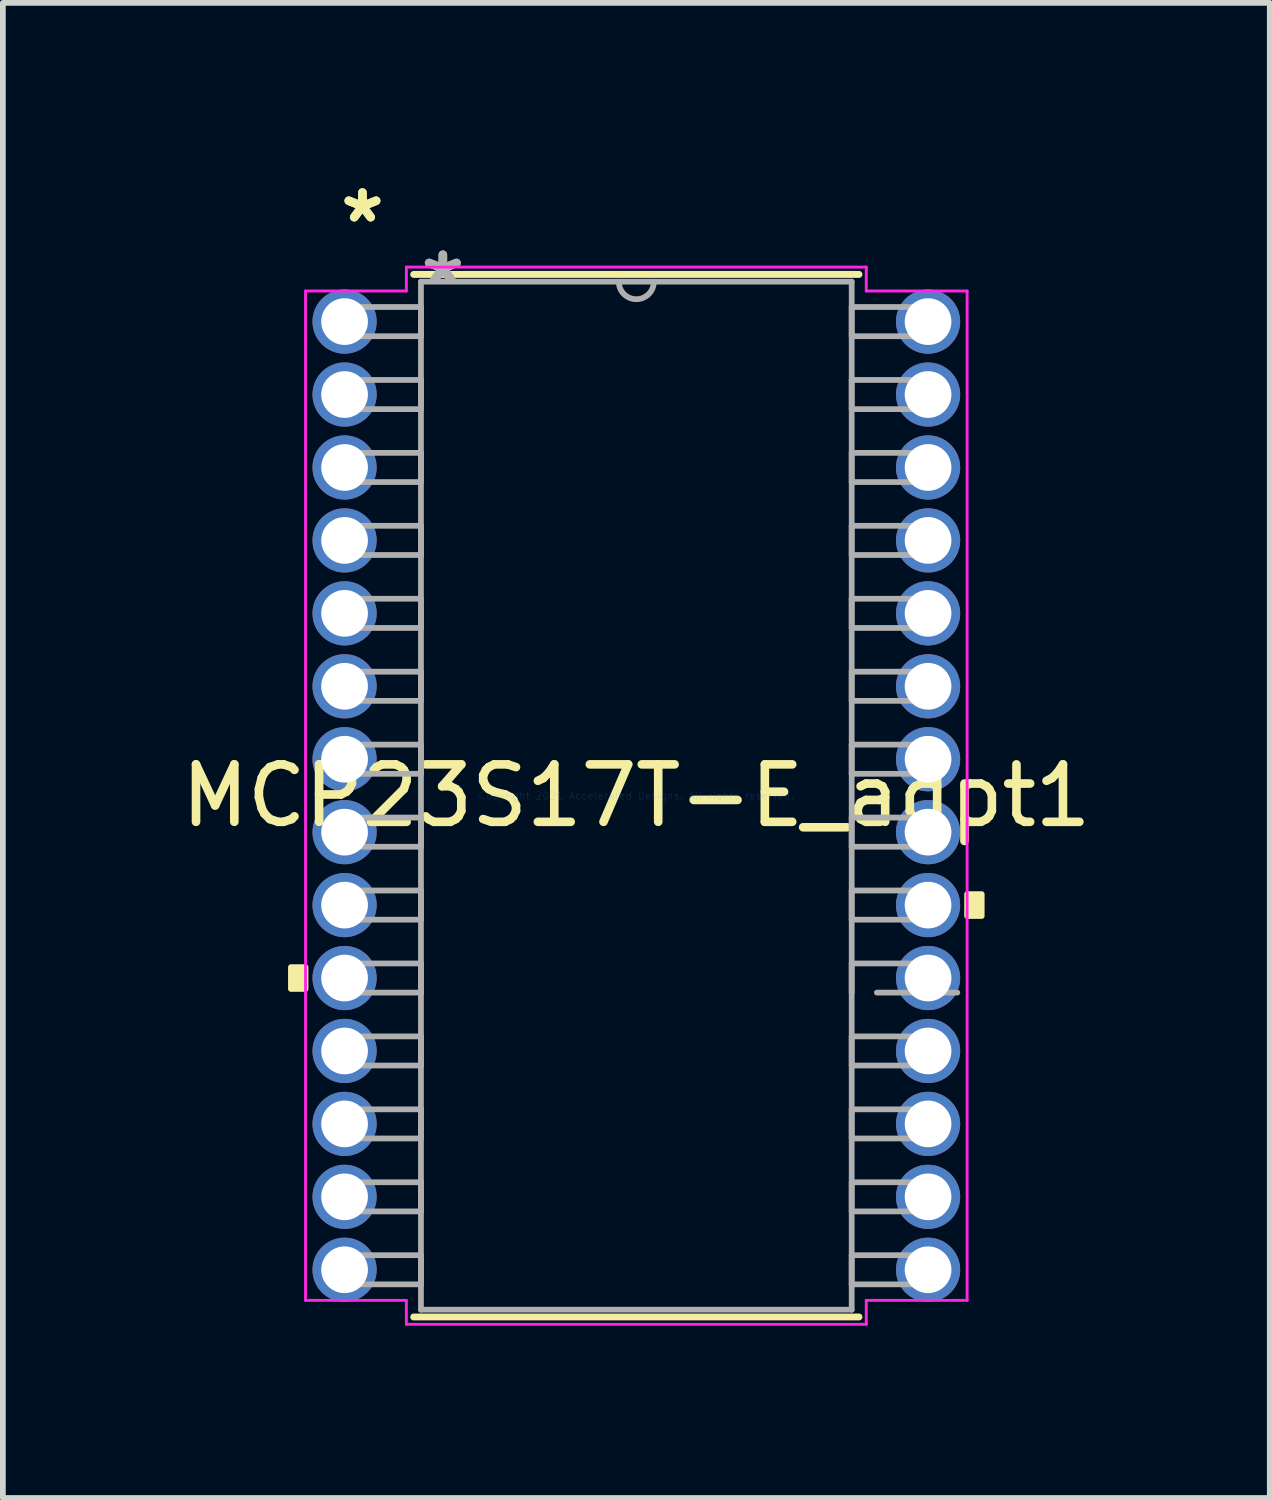
<source format=kicad_pcb>
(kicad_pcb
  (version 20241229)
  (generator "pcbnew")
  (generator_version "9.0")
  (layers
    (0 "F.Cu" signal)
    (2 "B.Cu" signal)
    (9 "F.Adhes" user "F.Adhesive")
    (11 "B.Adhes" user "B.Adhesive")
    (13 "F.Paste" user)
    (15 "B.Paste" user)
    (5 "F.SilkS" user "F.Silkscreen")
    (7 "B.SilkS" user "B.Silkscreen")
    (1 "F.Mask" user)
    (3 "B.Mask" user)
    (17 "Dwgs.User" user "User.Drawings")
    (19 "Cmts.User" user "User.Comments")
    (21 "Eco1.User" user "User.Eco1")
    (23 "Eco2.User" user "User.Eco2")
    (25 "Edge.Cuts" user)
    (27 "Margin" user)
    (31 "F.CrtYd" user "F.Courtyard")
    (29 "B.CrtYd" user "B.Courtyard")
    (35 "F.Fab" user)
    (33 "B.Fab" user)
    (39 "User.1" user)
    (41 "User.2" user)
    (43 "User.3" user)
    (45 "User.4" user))
  (footprint "MCP23S17T-E_adpt1"
    (layer "F.Cu")
    (at 8.03 10.805)
    (property "Reference" "MCP23S17T-E_adpt1" (at 0 0 0) (layer "F.SilkS") (effects (font (size 1 1) (thickness 0.15))))
    (attr through_hole)
    (fp_line (start -3.877 9.077) (end 3.877 9.077) (stroke (width 0.12) (type solid)) (layer "F.SilkS"))
    (fp_line (start 3.877 -9.077) (end -3.877 -9.077) (stroke (width 0.12) (type solid)) (layer "F.SilkS"))
    (fp_poly (pts (xy -6.014 2.985) (xy -6.014 3.365) (xy -5.76 3.365) (xy -5.76 2.985)) (stroke (width 0.1) (type solid)) (fill yes) (layer "F.SilkS"))
    (fp_poly (pts (xy 6.014 1.714) (xy 6.014 2.095) (xy 5.76 2.095) (xy 5.76 1.714)) (stroke (width 0.1) (type solid)) (fill yes) (layer "F.SilkS"))
    (fp_line (start -5.76 -8.788) (end -4.004 -8.788) (stroke (width 0.05) (type solid)) (layer "F.CrtYd"))
    (fp_line (start -5.76 8.788) (end -5.76 -8.788) (stroke (width 0.05) (type solid)) (layer "F.CrtYd"))
    (fp_line (start -5.76 8.788) (end -4.004 8.788) (stroke (width 0.05) (type solid)) (layer "F.CrtYd"))
    (fp_line (start -4.004 -9.204) (end 4.004 -9.204) (stroke (width 0.05) (type solid)) (layer "F.CrtYd"))
    (fp_line (start -4.004 -8.788) (end -4.004 -9.204) (stroke (width 0.05) (type solid)) (layer "F.CrtYd"))
    (fp_line (start -4.004 9.204) (end -4.004 8.788) (stroke (width 0.05) (type solid)) (layer "F.CrtYd"))
    (fp_line (start 4.004 -9.204) (end 4.004 -8.788) (stroke (width 0.05) (type solid)) (layer "F.CrtYd"))
    (fp_line (start 4.004 8.788) (end 4.004 9.204) (stroke (width 0.05) (type solid)) (layer "F.CrtYd"))
    (fp_line (start 4.004 9.204) (end -4.004 9.204) (stroke (width 0.05) (type solid)) (layer "F.CrtYd"))
    (fp_line (start 5.76 -8.788) (end 4.004 -8.788) (stroke (width 0.05) (type solid)) (layer "F.CrtYd"))
    (fp_line (start 5.76 -8.788) (end 5.76 8.788) (stroke (width 0.05) (type solid)) (layer "F.CrtYd"))
    (fp_line (start 5.76 8.788) (end 4.004 8.788) (stroke (width 0.05) (type solid)) (layer "F.CrtYd"))
    (fp_line (start -5.15 -8.509) (end -5.15 -8.001) (stroke (width 0.1) (type solid)) (layer "F.Fab"))
    (fp_line (start -5.15 -8.001) (end -3.75 -8.001) (stroke (width 0.1) (type solid)) (layer "F.Fab"))
    (fp_line (start -5.15 -7.239) (end -5.15 -6.731) (stroke (width 0.1) (type solid)) (layer "F.Fab"))
    (fp_line (start -5.15 -6.731) (end -3.75 -6.731) (stroke (width 0.1) (type solid)) (layer "F.Fab"))
    (fp_line (start -5.15 -5.969) (end -5.15 -5.461) (stroke (width 0.1) (type solid)) (layer "F.Fab"))
    (fp_line (start -5.15 -5.461) (end -3.75 -5.461) (stroke (width 0.1) (type solid)) (layer "F.Fab"))
    (fp_line (start -5.15 -4.699) (end -5.15 -4.191) (stroke (width 0.1) (type solid)) (layer "F.Fab"))
    (fp_line (start -5.15 -4.191) (end -3.75 -4.191) (stroke (width 0.1) (type solid)) (layer "F.Fab"))
    (fp_line (start -5.15 -3.429) (end -5.15 -2.921) (stroke (width 0.1) (type solid)) (layer "F.Fab"))
    (fp_line (start -5.15 -2.921) (end -3.75 -2.921) (stroke (width 0.1) (type solid)) (layer "F.Fab"))
    (fp_line (start -5.15 -2.159) (end -5.15 -1.651) (stroke (width 0.1) (type solid)) (layer "F.Fab"))
    (fp_line (start -5.15 -1.651) (end -3.75 -1.651) (stroke (width 0.1) (type solid)) (layer "F.Fab"))
    (fp_line (start -5.15 -0.889) (end -5.15 -0.381) (stroke (width 0.1) (type solid)) (layer "F.Fab"))
    (fp_line (start -5.15 -0.381) (end -3.75 -0.381) (stroke (width 0.1) (type solid)) (layer "F.Fab"))
    (fp_line (start -5.15 0.381) (end -5.15 0.889) (stroke (width 0.1) (type solid)) (layer "F.Fab"))
    (fp_line (start -5.15 0.889) (end -3.75 0.889) (stroke (width 0.1) (type solid)) (layer "F.Fab"))
    (fp_line (start -5.15 1.651) (end -5.15 2.159) (stroke (width 0.1) (type solid)) (layer "F.Fab"))
    (fp_line (start -5.15 2.159) (end -3.75 2.159) (stroke (width 0.1) (type solid)) (layer "F.Fab"))
    (fp_line (start -5.15 2.921) (end -5.15 3.429) (stroke (width 0.1) (type solid)) (layer "F.Fab"))
    (fp_line (start -5.15 3.429) (end -3.75 3.429) (stroke (width 0.1) (type solid)) (layer "F.Fab"))
    (fp_line (start -5.15 4.191) (end -5.15 4.699) (stroke (width 0.1) (type solid)) (layer "F.Fab"))
    (fp_line (start -5.15 4.699) (end -3.75 4.699) (stroke (width 0.1) (type solid)) (layer "F.Fab"))
    (fp_line (start -5.15 5.461) (end -5.15 5.969) (stroke (width 0.1) (type solid)) (layer "F.Fab"))
    (fp_line (start -5.15 5.969) (end -3.75 5.969) (stroke (width 0.1) (type solid)) (layer "F.Fab"))
    (fp_line (start -5.15 6.731) (end -5.15 7.239) (stroke (width 0.1) (type solid)) (layer "F.Fab"))
    (fp_line (start -5.15 7.239) (end -3.75 7.239) (stroke (width 0.1) (type solid)) (layer "F.Fab"))
    (fp_line (start -5.15 8.001) (end -5.15 8.509) (stroke (width 0.1) (type solid)) (layer "F.Fab"))
    (fp_line (start -5.15 8.509) (end -3.75 8.509) (stroke (width 0.1) (type solid)) (layer "F.Fab"))
    (fp_line (start -3.75 -8.95) (end -3.75 8.95) (stroke (width 0.1) (type solid)) (layer "F.Fab"))
    (fp_line (start -3.75 -8.509) (end -5.15 -8.509) (stroke (width 0.1) (type solid)) (layer "F.Fab"))
    (fp_line (start -3.75 -8.001) (end -3.75 -8.509) (stroke (width 0.1) (type solid)) (layer "F.Fab"))
    (fp_line (start -3.75 -7.239) (end -5.15 -7.239) (stroke (width 0.1) (type solid)) (layer "F.Fab"))
    (fp_line (start -3.75 -6.731) (end -3.75 -7.239) (stroke (width 0.1) (type solid)) (layer "F.Fab"))
    (fp_line (start -3.75 -5.969) (end -5.15 -5.969) (stroke (width 0.1) (type solid)) (layer "F.Fab"))
    (fp_line (start -3.75 -5.461) (end -3.75 -5.969) (stroke (width 0.1) (type solid)) (layer "F.Fab"))
    (fp_line (start -3.75 -4.699) (end -5.15 -4.699) (stroke (width 0.1) (type solid)) (layer "F.Fab"))
    (fp_line (start -3.75 -4.191) (end -3.75 -4.699) (stroke (width 0.1) (type solid)) (layer "F.Fab"))
    (fp_line (start -3.75 -3.429) (end -5.15 -3.429) (stroke (width 0.1) (type solid)) (layer "F.Fab"))
    (fp_line (start -3.75 -2.921) (end -3.75 -3.429) (stroke (width 0.1) (type solid)) (layer "F.Fab"))
    (fp_line (start -3.75 -2.159) (end -5.15 -2.159) (stroke (width 0.1) (type solid)) (layer "F.Fab"))
    (fp_line (start -3.75 -1.651) (end -3.75 -2.159) (stroke (width 0.1) (type solid)) (layer "F.Fab"))
    (fp_line (start -3.75 -0.889) (end -5.15 -0.889) (stroke (width 0.1) (type solid)) (layer "F.Fab"))
    (fp_line (start -3.75 -0.381) (end -3.75 -0.889) (stroke (width 0.1) (type solid)) (layer "F.Fab"))
    (fp_line (start -3.75 0.381) (end -5.15 0.381) (stroke (width 0.1) (type solid)) (layer "F.Fab"))
    (fp_line (start -3.75 0.889) (end -3.75 0.381) (stroke (width 0.1) (type solid)) (layer "F.Fab"))
    (fp_line (start -3.75 1.651) (end -5.15 1.651) (stroke (width 0.1) (type solid)) (layer "F.Fab"))
    (fp_line (start -3.75 2.159) (end -3.75 1.651) (stroke (width 0.1) (type solid)) (layer "F.Fab"))
    (fp_line (start -3.75 2.921) (end -5.15 2.921) (stroke (width 0.1) (type solid)) (layer "F.Fab"))
    (fp_line (start -3.75 3.429) (end -3.75 2.921) (stroke (width 0.1) (type solid)) (layer "F.Fab"))
    (fp_line (start -3.75 4.191) (end -5.15 4.191) (stroke (width 0.1) (type solid)) (layer "F.Fab"))
    (fp_line (start -3.75 4.699) (end -3.75 4.191) (stroke (width 0.1) (type solid)) (layer "F.Fab"))
    (fp_line (start -3.75 5.461) (end -5.15 5.461) (stroke (width 0.1) (type solid)) (layer "F.Fab"))
    (fp_line (start -3.75 5.969) (end -3.75 5.461) (stroke (width 0.1) (type solid)) (layer "F.Fab"))
    (fp_line (start -3.75 6.731) (end -5.15 6.731) (stroke (width 0.1) (type solid)) (layer "F.Fab"))
    (fp_line (start -3.75 7.239) (end -3.75 6.731) (stroke (width 0.1) (type solid)) (layer "F.Fab"))
    (fp_line (start -3.75 8.001) (end -5.15 8.001) (stroke (width 0.1) (type solid)) (layer "F.Fab"))
    (fp_line (start -3.75 8.509) (end -3.75 8.001) (stroke (width 0.1) (type solid)) (layer "F.Fab"))
    (fp_line (start -3.75 8.95) (end 3.75 8.95) (stroke (width 0.1) (type solid)) (layer "F.Fab"))
    (fp_line (start 3.75 -8.95) (end -3.75 -8.95) (stroke (width 0.1) (type solid)) (layer "F.Fab"))
    (fp_line (start 3.75 -8.509) (end 3.75 -8.001) (stroke (width 0.1) (type solid)) (layer "F.Fab"))
    (fp_line (start 3.75 -8.001) (end 5.15 -8.001) (stroke (width 0.1) (type solid)) (layer "F.Fab"))
    (fp_line (start 3.75 -7.239) (end 3.75 -6.731) (stroke (width 0.1) (type solid)) (layer "F.Fab"))
    (fp_line (start 3.75 -6.731) (end 5.15 -6.731) (stroke (width 0.1) (type solid)) (layer "F.Fab"))
    (fp_line (start 3.75 -5.969) (end 3.75 -5.461) (stroke (width 0.1) (type solid)) (layer "F.Fab"))
    (fp_line (start 3.75 -5.461) (end 5.15 -5.461) (stroke (width 0.1) (type solid)) (layer "F.Fab"))
    (fp_line (start 3.75 -4.699) (end 3.75 -4.191) (stroke (width 0.1) (type solid)) (layer "F.Fab"))
    (fp_line (start 3.75 -4.191) (end 5.15 -4.191) (stroke (width 0.1) (type solid)) (layer "F.Fab"))
    (fp_line (start 3.75 -3.429) (end 3.75 -2.921) (stroke (width 0.1) (type solid)) (layer "F.Fab"))
    (fp_line (start 3.75 -2.921) (end 5.15 -2.921) (stroke (width 0.1) (type solid)) (layer "F.Fab"))
    (fp_line (start 3.75 -2.159) (end 3.75 -1.651) (stroke (width 0.1) (type solid)) (layer "F.Fab"))
    (fp_line (start 3.75 -1.651) (end 5.15 -1.651) (stroke (width 0.1) (type solid)) (layer "F.Fab"))
    (fp_line (start 3.75 -0.889) (end 3.75 -0.381) (stroke (width 0.1) (type solid)) (layer "F.Fab"))
    (fp_line (start 3.75 -0.381) (end 5.15 -0.381) (stroke (width 0.1) (type solid)) (layer "F.Fab"))
    (fp_line (start 3.75 0.381) (end 3.75 0.889) (stroke (width 0.1) (type solid)) (layer "F.Fab"))
    (fp_line (start 3.75 0.889) (end 5.15 0.889) (stroke (width 0.1) (type solid)) (layer "F.Fab"))
    (fp_line (start 3.75 1.651) (end 3.75 2.159) (stroke (width 0.1) (type solid)) (layer "F.Fab"))
    (fp_line (start 3.75 2.159) (end 5.15 2.159) (stroke (width 0.1) (type solid)) (layer "F.Fab"))
    (fp_line (start 3.75 2.921) (end 3.75 3.429) (stroke (width 0.1) (type solid)) (layer "F.Fab"))
    (fp_line (start 3.75 4.191) (end 3.75 4.699) (stroke (width 0.1) (type solid)) (layer "F.Fab"))
    (fp_line (start 3.75 4.699) (end 5.15 4.699) (stroke (width 0.1) (type solid)) (layer "F.Fab"))
    (fp_line (start 3.75 5.461) (end 3.75 5.969) (stroke (width 0.1) (type solid)) (layer "F.Fab"))
    (fp_line (start 3.75 5.969) (end 5.15 5.969) (stroke (width 0.1) (type solid)) (layer "F.Fab"))
    (fp_line (start 3.75 6.731) (end 3.75 7.239) (stroke (width 0.1) (type solid)) (layer "F.Fab"))
    (fp_line (start 3.75 7.239) (end 5.15 7.239) (stroke (width 0.1) (type solid)) (layer "F.Fab"))
    (fp_line (start 3.75 8.001) (end 3.75 8.509) (stroke (width 0.1) (type solid)) (layer "F.Fab"))
    (fp_line (start 3.75 8.509) (end 5.15 8.509) (stroke (width 0.1) (type solid)) (layer "F.Fab"))
    (fp_line (start 3.75 8.95) (end 3.75 -8.95) (stroke (width 0.1) (type solid)) (layer "F.Fab"))
    (fp_line (start 4.189 3.429) (end 5.589 3.429) (stroke (width 0.1) (type solid)) (layer "F.Fab"))
    (fp_line (start 5.15 -8.509) (end 3.75 -8.509) (stroke (width 0.1) (type solid)) (layer "F.Fab"))
    (fp_line (start 5.15 -8.001) (end 5.15 -8.509) (stroke (width 0.1) (type solid)) (layer "F.Fab"))
    (fp_line (start 5.15 -7.239) (end 3.75 -7.239) (stroke (width 0.1) (type solid)) (layer "F.Fab"))
    (fp_line (start 5.15 -6.731) (end 5.15 -7.239) (stroke (width 0.1) (type solid)) (layer "F.Fab"))
    (fp_line (start 5.15 -5.969) (end 3.75 -5.969) (stroke (width 0.1) (type solid)) (layer "F.Fab"))
    (fp_line (start 5.15 -5.461) (end 5.15 -5.969) (stroke (width 0.1) (type solid)) (layer "F.Fab"))
    (fp_line (start 5.15 -4.699) (end 3.75 -4.699) (stroke (width 0.1) (type solid)) (layer "F.Fab"))
    (fp_line (start 5.15 -4.191) (end 5.15 -4.699) (stroke (width 0.1) (type solid)) (layer "F.Fab"))
    (fp_line (start 5.15 -3.429) (end 3.75 -3.429) (stroke (width 0.1) (type solid)) (layer "F.Fab"))
    (fp_line (start 5.15 -2.921) (end 5.15 -3.429) (stroke (width 0.1) (type solid)) (layer "F.Fab"))
    (fp_line (start 5.15 -2.159) (end 3.75 -2.159) (stroke (width 0.1) (type solid)) (layer "F.Fab"))
    (fp_line (start 5.15 -1.651) (end 5.15 -2.159) (stroke (width 0.1) (type solid)) (layer "F.Fab"))
    (fp_line (start 5.15 -0.889) (end 3.75 -0.889) (stroke (width 0.1) (type solid)) (layer "F.Fab"))
    (fp_line (start 5.15 -0.381) (end 5.15 -0.889) (stroke (width 0.1) (type solid)) (layer "F.Fab"))
    (fp_line (start 5.15 0.381) (end 3.75 0.381) (stroke (width 0.1) (type solid)) (layer "F.Fab"))
    (fp_line (start 5.15 0.889) (end 5.15 0.381) (stroke (width 0.1) (type solid)) (layer "F.Fab"))
    (fp_line (start 5.15 1.651) (end 3.75 1.651) (stroke (width 0.1) (type solid)) (layer "F.Fab"))
    (fp_line (start 5.15 2.159) (end 5.15 1.651) (stroke (width 0.1) (type solid)) (layer "F.Fab"))
    (fp_line (start 5.15 2.921) (end 3.75 2.921) (stroke (width 0.1) (type solid)) (layer "F.Fab"))
    (fp_line (start 5.15 3.429) (end 5.15 2.921) (stroke (width 0.1) (type solid)) (layer "F.Fab"))
    (fp_line (start 5.15 4.191) (end 3.75 4.191) (stroke (width 0.1) (type solid)) (layer "F.Fab"))
    (fp_line (start 5.15 4.699) (end 5.15 4.191) (stroke (width 0.1) (type solid)) (layer "F.Fab"))
    (fp_line (start 5.15 5.461) (end 3.75 5.461) (stroke (width 0.1) (type solid)) (layer "F.Fab"))
    (fp_line (start 5.15 5.969) (end 5.15 5.461) (stroke (width 0.1) (type solid)) (layer "F.Fab"))
    (fp_line (start 5.15 6.731) (end 3.75 6.731) (stroke (width 0.1) (type solid)) (layer "F.Fab"))
    (fp_line (start 5.15 7.239) (end 5.15 6.731) (stroke (width 0.1) (type solid)) (layer "F.Fab"))
    (fp_line (start 5.15 8.001) (end 3.75 8.001) (stroke (width 0.1) (type solid)) (layer "F.Fab"))
    (fp_line (start 5.15 8.509) (end 5.15 8.001) (stroke (width 0.1) (type solid)) (layer "F.Fab"))
    (fp_arc (start 0.3048 -8.95) (mid 0 -8.6452) (end -0.3048 -8.95) (stroke (width 0.1) (type solid)) (layer "F.Fab"))
    (fp_text user "*" (at -4.769 -9.957 0) (layer "F.SilkS") (effects (font (size 1 1) (thickness 0.15))))
    (fp_text user "*" (at -4.769 -9.957 0) (layer "F.SilkS") (effects (font (size 1 1) (thickness 0.15))))
    (fp_text user "Copyright 2021 Accelerated Designs. All rights reserved." (at 0 0 0) (layer "Cmts.User") (effects (font (size 0.127 0.127) (thickness 0.002))))
    (fp_text user "*" (at -3.369 -8.874 0) (layer "F.Fab") (effects (font (size 1 1) (thickness 0.15))))
    (fp_text user "*" (at -3.369 -8.874 0) (layer "F.Fab") (effects (font (size 1 1) (thickness 0.15))))
    (pad "1" thru_hole circle (at -5.08 -8.255) (size 1.118 1.118) (drill 0.813) (layers "*.Cu" "*.Mask"))
    (pad "2" thru_hole circle (at -5.08 -6.985) (size 1.118 1.118) (drill 0.813) (layers "*.Cu" "*.Mask"))
    (pad "3" thru_hole circle (at -5.08 -5.715) (size 1.118 1.118) (drill 0.813) (layers "*.Cu" "*.Mask"))
    (pad "4" thru_hole circle (at -5.08 -4.445) (size 1.118 1.118) (drill 0.813) (layers "*.Cu" "*.Mask"))
    (pad "5" thru_hole circle (at -5.08 -3.175) (size 1.118 1.118) (drill 0.813) (layers "*.Cu" "*.Mask"))
    (pad "6" thru_hole circle (at -5.08 -1.905) (size 1.118 1.118) (drill 0.813) (layers "*.Cu" "*.Mask"))
    (pad "7" thru_hole circle (at -5.08 -0.635) (size 1.118 1.118) (drill 0.813) (layers "*.Cu" "*.Mask"))
    (pad "8" thru_hole circle (at -5.08 0.635) (size 1.118 1.118) (drill 0.813) (layers "*.Cu" "*.Mask"))
    (pad "9" thru_hole circle (at -5.08 1.905) (size 1.118 1.118) (drill 0.813) (layers "*.Cu" "*.Mask"))
    (pad "10" thru_hole circle (at -5.08 3.175) (size 1.118 1.118) (drill 0.813) (layers "*.Cu" "*.Mask"))
    (pad "11" thru_hole circle (at -5.08 4.445) (size 1.118 1.118) (drill 0.813) (layers "*.Cu" "*.Mask"))
    (pad "12" thru_hole circle (at -5.08 5.715) (size 1.118 1.118) (drill 0.813) (layers "*.Cu" "*.Mask"))
    (pad "13" thru_hole circle (at -5.08 6.985) (size 1.118 1.118) (drill 0.813) (layers "*.Cu" "*.Mask"))
    (pad "14" thru_hole circle (at -5.08 8.255) (size 1.118 1.118) (drill 0.813) (layers "*.Cu" "*.Mask"))
    (pad "15" thru_hole circle (at 5.08 8.255) (size 1.118 1.118) (drill 0.813) (layers "*.Cu" "*.Mask"))
    (pad "16" thru_hole circle (at 5.08 6.985) (size 1.118 1.118) (drill 0.813) (layers "*.Cu" "*.Mask"))
    (pad "17" thru_hole circle (at 5.08 5.715) (size 1.118 1.118) (drill 0.813) (layers "*.Cu" "*.Mask"))
    (pad "18" thru_hole circle (at 5.08 4.445) (size 1.118 1.118) (drill 0.813) (layers "*.Cu" "*.Mask"))
    (pad "19" thru_hole circle (at 5.08 3.175) (size 1.118 1.118) (drill 0.813) (layers "*.Cu" "*.Mask"))
    (pad "20" thru_hole circle (at 5.08 1.905) (size 1.118 1.118) (drill 0.813) (layers "*.Cu" "*.Mask"))
    (pad "21" thru_hole circle (at 5.08 0.635) (size 1.118 1.118) (drill 0.813) (layers "*.Cu" "*.Mask"))
    (pad "22" thru_hole circle (at 5.08 -0.635) (size 1.118 1.118) (drill 0.813) (layers "*.Cu" "*.Mask"))
    (pad "23" thru_hole circle (at 5.08 -1.905) (size 1.118 1.118) (drill 0.813) (layers "*.Cu" "*.Mask"))
    (pad "24" thru_hole circle (at 5.08 -3.175) (size 1.118 1.118) (drill 0.813) (layers "*.Cu" "*.Mask"))
    (pad "25" thru_hole circle (at 5.08 -4.445) (size 1.118 1.118) (drill 0.813) (layers "*.Cu" "*.Mask"))
    (pad "26" thru_hole circle (at 5.08 -5.715) (size 1.118 1.118) (drill 0.813) (layers "*.Cu" "*.Mask"))
    (pad "27" thru_hole circle (at 5.08 -6.985) (size 1.118 1.118) (drill 0.813) (layers "*.Cu" "*.Mask"))
    (pad "28" thru_hole circle (at 5.08 -8.255) (size 1.118 1.118) (drill 0.813) (layers "*.Cu" "*.Mask")))
  (gr_rect
    (start -3 -3)
    (end 19.06 23.034)
    (stroke (width 0.1) (type default))
    (fill no)
    (layer "Edge.Cuts")))
</source>
